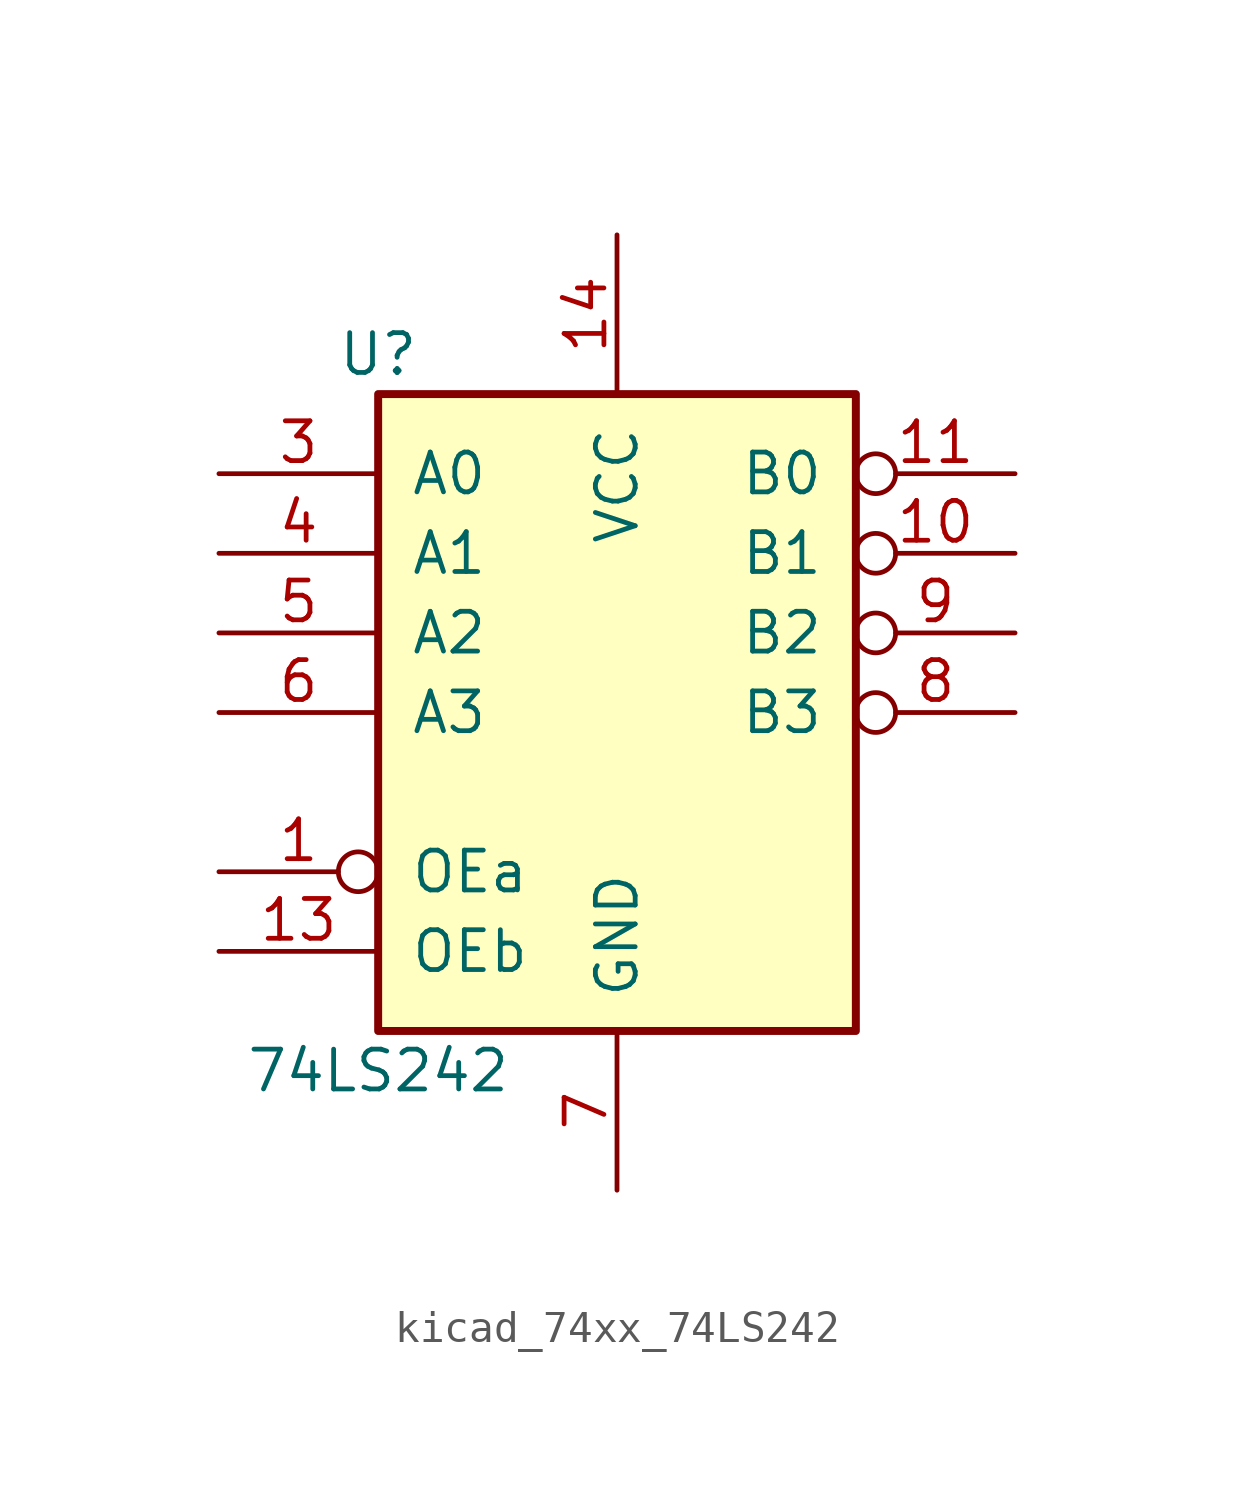
<source format=kicad_sym>
(kicad_symbol_lib
  (version 20220914)
  (generator kicad_symbol_editor)
  (symbol "kicad_74xx_74LS242"
    (pin_names
      (offset 1.016))
    (property "Reference" "U"
      (at -7.62 11.43 0)
      (effects (font (size 1.27 1.27))))
    (property "Value" "74LS242"
      (at -7.62 -11.43 0)
      (effects (font (size 1.27 1.27))))
    (property "ki_locked" ""
      (at 0 0 0)
      (effects (font (size 1.27 1.27))))
    (symbol "kicad_74xx_74LS242_1_0"
      (pin input inverted (at -12.7 -5.08 0) (length 5.08) (name "OEa" (effects (font (size 1.27 1.27)))) (number "1" (effects (font (size 1.27 1.27)))))
      (pin tri_state inverted (at 12.7 5.08 180) (length 5.08) (name "B1" (effects (font (size 1.27 1.27)))) (number "10" (effects (font (size 1.27 1.27)))))
      (pin tri_state inverted (at 12.7 7.62 180) (length 5.08) (name "B0" (effects (font (size 1.27 1.27)))) (number "11" (effects (font (size 1.27 1.27)))))
      (pin input line (at -12.7 -7.62 0) (length 5.08) (name "OEb" (effects (font (size 1.27 1.27)))) (number "13" (effects (font (size 1.27 1.27)))))
      (pin power_in line (at 0 15.24 270) (length 5.08) (name "VCC" (effects (font (size 1.27 1.27)))) (number "14" (effects (font (size 1.27 1.27)))))
      (pin input line (at -12.7 7.62 0) (length 5.08) (name "A0" (effects (font (size 1.27 1.27)))) (number "3" (effects (font (size 1.27 1.27)))))
      (pin input line (at -12.7 5.08 0) (length 5.08) (name "A1" (effects (font (size 1.27 1.27)))) (number "4" (effects (font (size 1.27 1.27)))))
      (pin input line (at -12.7 2.54 0) (length 5.08) (name "A2" (effects (font (size 1.27 1.27)))) (number "5" (effects (font (size 1.27 1.27)))))
      (pin input line (at -12.7 0 0) (length 5.08) (name "A3" (effects (font (size 1.27 1.27)))) (number "6" (effects (font (size 1.27 1.27)))))
      (pin power_in line (at 0 -15.24 90) (length 5.08) (name "GND" (effects (font (size 1.27 1.27)))) (number "7" (effects (font (size 1.27 1.27)))))
      (pin tri_state inverted (at 12.7 0 180) (length 5.08) (name "B3" (effects (font (size 1.27 1.27)))) (number "8" (effects (font (size 1.27 1.27)))))
      (pin tri_state inverted (at 12.7 2.54 180) (length 5.08) (name "B2" (effects (font (size 1.27 1.27)))) (number "9" (effects (font (size 1.27 1.27))))))
    (symbol "kicad_74xx_74LS242_1_1"
      (rectangle (start -7.62 10.16) (end 7.62 -10.16) (stroke (width 0.254) (type default)) (fill (type background))))))
</source>
